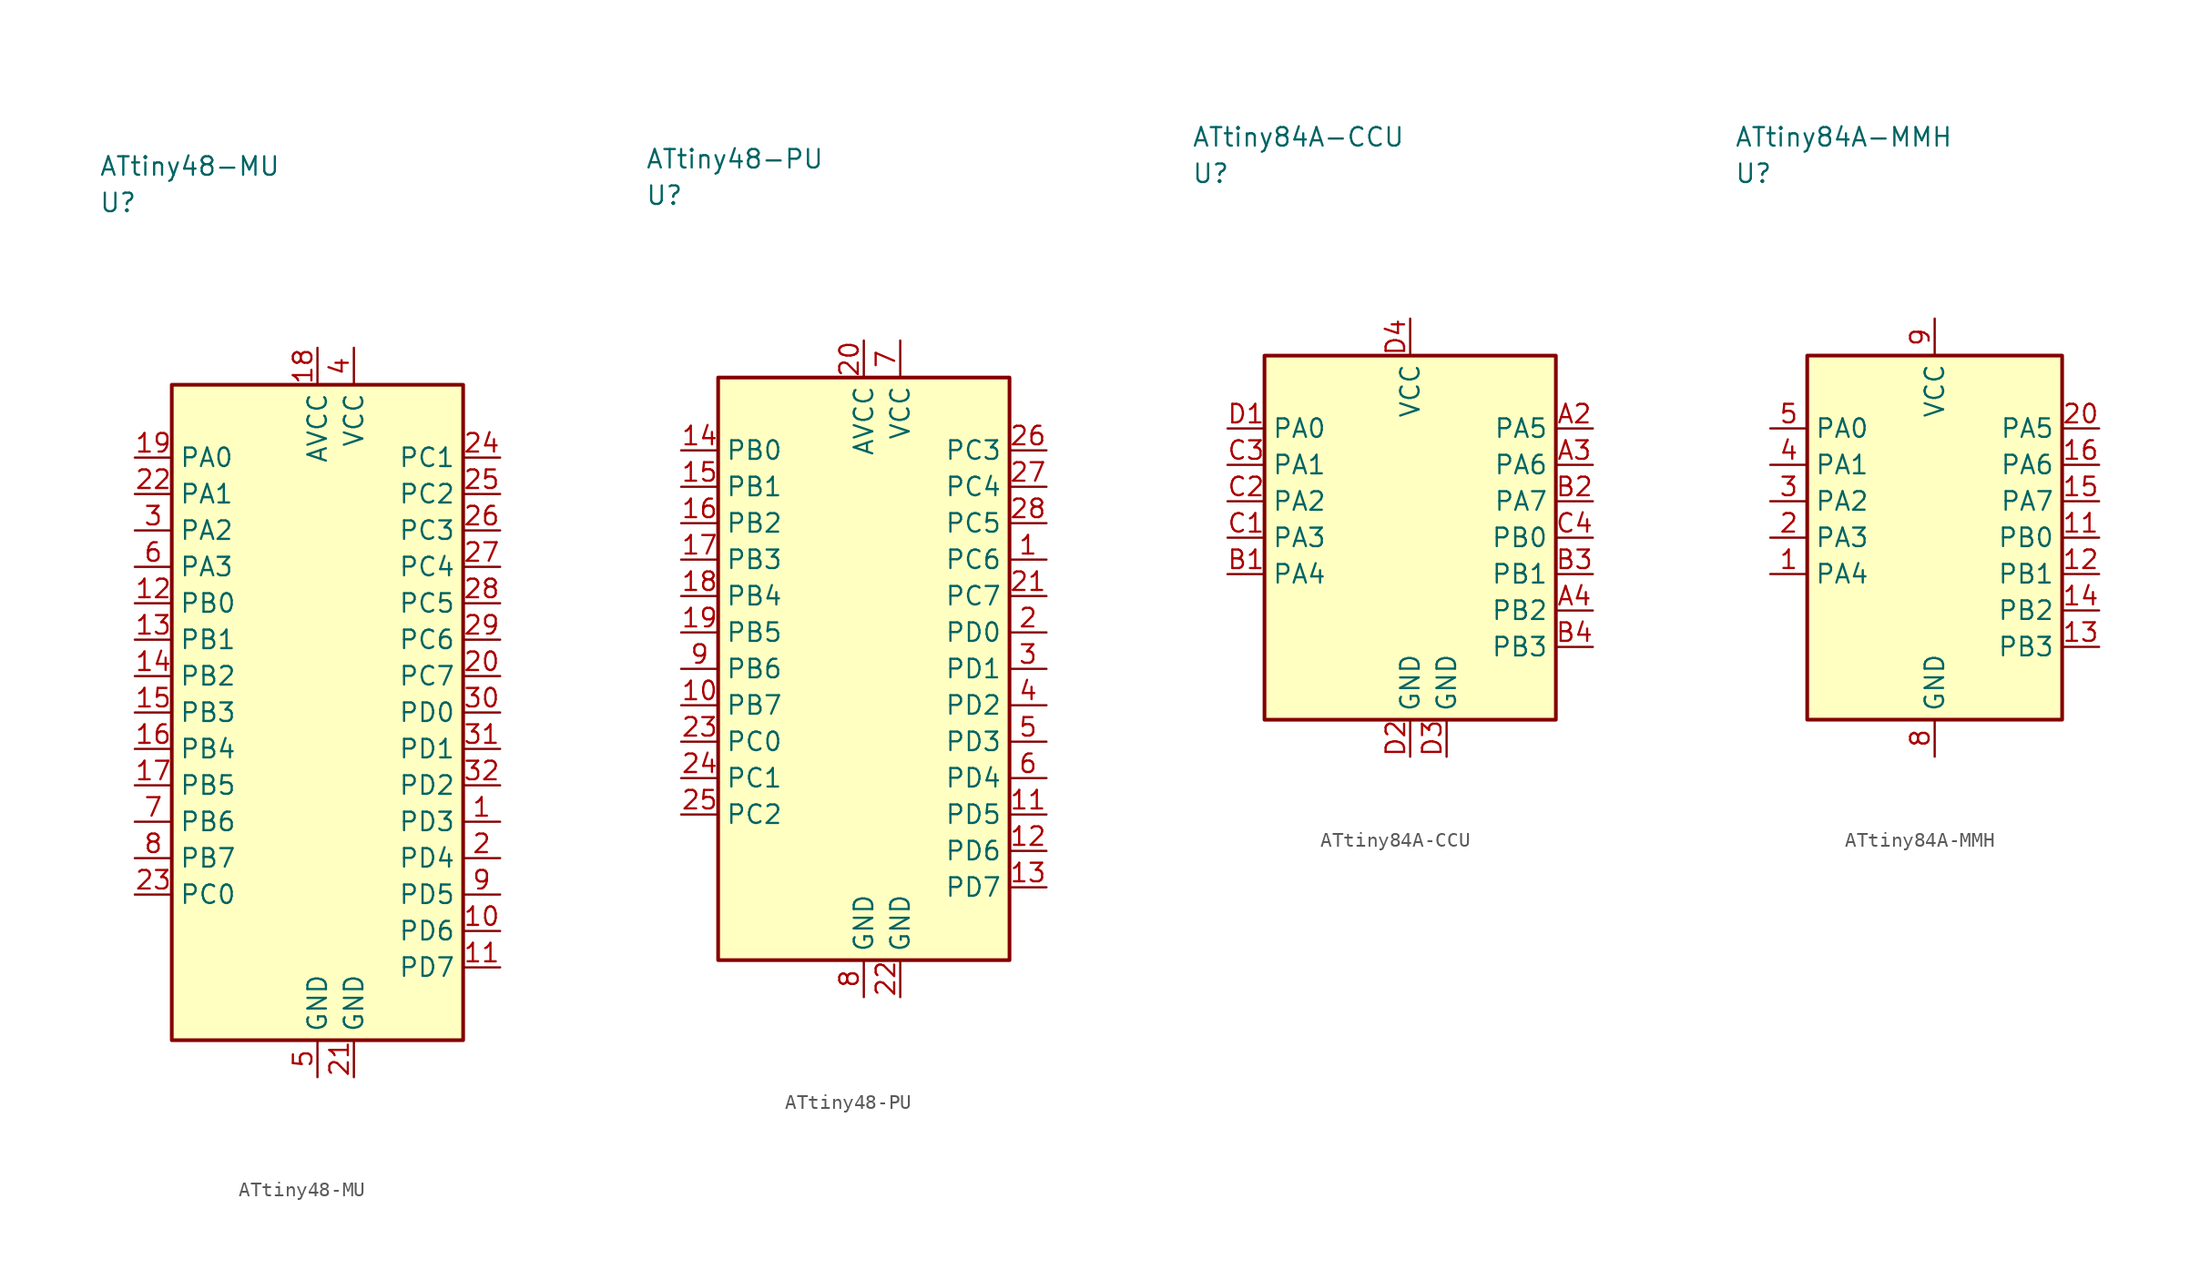
<source format=kicad_sym>
(kicad_symbol_lib
  (version 20241025)
  (generator "kicad_symbol_editor")
  (generator_version "8.0")
  (symbol "ATtiny48-MU"
    (property "Reference" "U"
      (at -15.0 35.0 0)
      (effects (font (size 1.27 1.27)) (justify left)))
    (property "Value" "ATtiny48-MU"
      (at -15.0 37.5 0)
      (effects (font (size 1.27 1.27)) (justify left)))
    (symbol "ATtiny48-MU_0_1"
      (rectangle (start -10.0 22.5) (end 10.0 -22.5) (stroke (width 0.254) (type default)) (fill (type background))))
    (symbol "ATtiny48-MU_1_1"
      (pin bidirectional line (at 12.54 -7.5 180.0) (length 2.54) (name "PD3" (effects (font (size 1.27 1.27)))) (number "1" (effects (font (size 1.27 1.27)))))
      (pin bidirectional line (at 12.54 -10.0 180.0) (length 2.54) (name "PD4" (effects (font (size 1.27 1.27)))) (number "2" (effects (font (size 1.27 1.27)))))
      (pin bidirectional line (at -12.54 12.5 0.0) (length 2.54) (name "PA2" (effects (font (size 1.27 1.27)))) (number "3" (effects (font (size 1.27 1.27)))))
      (pin power_in line (at 2.5 25.04 270.0) (length 2.54) (name "VCC" (effects (font (size 1.27 1.27)))) (number "4" (effects (font (size 1.27 1.27)))))
      (pin passive line (at 0.0 -25.04 90.0) (length 2.54) (name "GND" (effects (font (size 1.27 1.27)))) (number "5" (effects (font (size 1.27 1.27)))))
      (pin bidirectional line (at -12.54 10.0 0.0) (length 2.54) (name "PA3" (effects (font (size 1.27 1.27)))) (number "6" (effects (font (size 1.27 1.27)))))
      (pin bidirectional line (at -12.54 -7.5 0.0) (length 2.54) (name "PB6" (effects (font (size 1.27 1.27)))) (number "7" (effects (font (size 1.27 1.27)))))
      (pin bidirectional line (at -12.54 -10.0 0.0) (length 2.54) (name "PB7" (effects (font (size 1.27 1.27)))) (number "8" (effects (font (size 1.27 1.27)))))
      (pin bidirectional line (at 12.54 -12.5 180.0) (length 2.54) (name "PD5" (effects (font (size 1.27 1.27)))) (number "9" (effects (font (size 1.27 1.27)))))
      (pin bidirectional line (at 12.54 -15.0 180.0) (length 2.54) (name "PD6" (effects (font (size 1.27 1.27)))) (number "10" (effects (font (size 1.27 1.27)))))
      (pin bidirectional line (at 12.54 -17.5 180.0) (length 2.54) (name "PD7" (effects (font (size 1.27 1.27)))) (number "11" (effects (font (size 1.27 1.27)))))
      (pin bidirectional line (at -12.54 7.5 0.0) (length 2.54) (name "PB0" (effects (font (size 1.27 1.27)))) (number "12" (effects (font (size 1.27 1.27)))))
      (pin bidirectional line (at -12.54 5.0 0.0) (length 2.54) (name "PB1" (effects (font (size 1.27 1.27)))) (number "13" (effects (font (size 1.27 1.27)))))
      (pin bidirectional line (at -12.54 2.5 0.0) (length 2.54) (name "PB2" (effects (font (size 1.27 1.27)))) (number "14" (effects (font (size 1.27 1.27)))))
      (pin bidirectional line (at -12.54 0.0 0.0) (length 2.54) (name "PB3" (effects (font (size 1.27 1.27)))) (number "15" (effects (font (size 1.27 1.27)))))
      (pin bidirectional line (at -12.54 -2.5 0.0) (length 2.54) (name "PB4" (effects (font (size 1.27 1.27)))) (number "16" (effects (font (size 1.27 1.27)))))
      (pin bidirectional line (at -12.54 -5.0 0.0) (length 2.54) (name "PB5" (effects (font (size 1.27 1.27)))) (number "17" (effects (font (size 1.27 1.27)))))
      (pin power_in line (at 0.0 25.04 270.0) (length 2.54) (name "AVCC" (effects (font (size 1.27 1.27)))) (number "18" (effects (font (size 1.27 1.27)))))
      (pin bidirectional line (at -12.54 17.5 0.0) (length 2.54) (name "PA0" (effects (font (size 1.27 1.27)))) (number "19" (effects (font (size 1.27 1.27)))))
      (pin bidirectional line (at 12.54 2.5 180.0) (length 2.54) (name "PC7" (effects (font (size 1.27 1.27)))) (number "20" (effects (font (size 1.27 1.27)))))
      (pin passive line (at 2.5 -25.04 90.0) (length 2.54) (name "GND" (effects (font (size 1.27 1.27)))) (number "21" (effects (font (size 1.27 1.27)))))
      (pin bidirectional line (at -12.54 15.0 0.0) (length 2.54) (name "PA1" (effects (font (size 1.27 1.27)))) (number "22" (effects (font (size 1.27 1.27)))))
      (pin bidirectional line (at -12.54 -12.5 0.0) (length 2.54) (name "PC0" (effects (font (size 1.27 1.27)))) (number "23" (effects (font (size 1.27 1.27)))))
      (pin bidirectional line (at 12.54 17.5 180.0) (length 2.54) (name "PC1" (effects (font (size 1.27 1.27)))) (number "24" (effects (font (size 1.27 1.27)))))
      (pin bidirectional line (at 12.54 15.0 180.0) (length 2.54) (name "PC2" (effects (font (size 1.27 1.27)))) (number "25" (effects (font (size 1.27 1.27)))))
      (pin bidirectional line (at 12.54 12.5 180.0) (length 2.54) (name "PC3" (effects (font (size 1.27 1.27)))) (number "26" (effects (font (size 1.27 1.27)))))
      (pin bidirectional line (at 12.54 10.0 180.0) (length 2.54) (name "PC4" (effects (font (size 1.27 1.27)))) (number "27" (effects (font (size 1.27 1.27)))))
      (pin bidirectional line (at 12.54 7.5 180.0) (length 2.54) (name "PC5" (effects (font (size 1.27 1.27)))) (number "28" (effects (font (size 1.27 1.27)))))
      (pin bidirectional line (at 12.54 5.0 180.0) (length 2.54) (name "PC6" (effects (font (size 1.27 1.27)))) (number "29" (effects (font (size 1.27 1.27)))))
      (pin bidirectional line (at 12.54 0.0 180.0) (length 2.54) (name "PD0" (effects (font (size 1.27 1.27)))) (number "30" (effects (font (size 1.27 1.27)))))
      (pin bidirectional line (at 12.54 -2.5 180.0) (length 2.54) (name "PD1" (effects (font (size 1.27 1.27)))) (number "31" (effects (font (size 1.27 1.27)))))
      (pin bidirectional line (at 12.54 -5.0 180.0) (length 2.54) (name "PD2" (effects (font (size 1.27 1.27)))) (number "32" (effects (font (size 1.27 1.27)))))))
  (symbol "ATtiny48-PU"
    (property "Reference" "U"
      (at -15.0 32.5 0)
      (effects (font (size 1.27 1.27)) (justify left)))
    (property "Value" "ATtiny48-PU"
      (at -15.0 35.0 0)
      (effects (font (size 1.27 1.27)) (justify left)))
    (symbol "ATtiny48-PU_0_1"
      (rectangle (start -10.0 20.0) (end 10.0 -20.0) (stroke (width 0.254) (type default)) (fill (type background))))
    (symbol "ATtiny48-PU_1_1"
      (pin bidirectional line (at 12.54 7.5 180.0) (length 2.54) (name "PC6" (effects (font (size 1.27 1.27)))) (number "1" (effects (font (size 1.27 1.27)))))
      (pin bidirectional line (at 12.54 2.5 180.0) (length 2.54) (name "PD0" (effects (font (size 1.27 1.27)))) (number "2" (effects (font (size 1.27 1.27)))))
      (pin bidirectional line (at 12.54 0.0 180.0) (length 2.54) (name "PD1" (effects (font (size 1.27 1.27)))) (number "3" (effects (font (size 1.27 1.27)))))
      (pin bidirectional line (at 12.54 -2.5 180.0) (length 2.54) (name "PD2" (effects (font (size 1.27 1.27)))) (number "4" (effects (font (size 1.27 1.27)))))
      (pin bidirectional line (at 12.54 -5.0 180.0) (length 2.54) (name "PD3" (effects (font (size 1.27 1.27)))) (number "5" (effects (font (size 1.27 1.27)))))
      (pin bidirectional line (at 12.54 -7.5 180.0) (length 2.54) (name "PD4" (effects (font (size 1.27 1.27)))) (number "6" (effects (font (size 1.27 1.27)))))
      (pin power_in line (at 2.5 22.54 270.0) (length 2.54) (name "VCC" (effects (font (size 1.27 1.27)))) (number "7" (effects (font (size 1.27 1.27)))))
      (pin passive line (at 0.0 -22.54 90.0) (length 2.54) (name "GND" (effects (font (size 1.27 1.27)))) (number "8" (effects (font (size 1.27 1.27)))))
      (pin bidirectional line (at -12.54 0.0 0.0) (length 2.54) (name "PB6" (effects (font (size 1.27 1.27)))) (number "9" (effects (font (size 1.27 1.27)))))
      (pin bidirectional line (at -12.54 -2.5 0.0) (length 2.54) (name "PB7" (effects (font (size 1.27 1.27)))) (number "10" (effects (font (size 1.27 1.27)))))
      (pin bidirectional line (at 12.54 -10.0 180.0) (length 2.54) (name "PD5" (effects (font (size 1.27 1.27)))) (number "11" (effects (font (size 1.27 1.27)))))
      (pin bidirectional line (at 12.54 -12.5 180.0) (length 2.54) (name "PD6" (effects (font (size 1.27 1.27)))) (number "12" (effects (font (size 1.27 1.27)))))
      (pin bidirectional line (at 12.54 -15.0 180.0) (length 2.54) (name "PD7" (effects (font (size 1.27 1.27)))) (number "13" (effects (font (size 1.27 1.27)))))
      (pin bidirectional line (at -12.54 15.0 0.0) (length 2.54) (name "PB0" (effects (font (size 1.27 1.27)))) (number "14" (effects (font (size 1.27 1.27)))))
      (pin bidirectional line (at -12.54 12.5 0.0) (length 2.54) (name "PB1" (effects (font (size 1.27 1.27)))) (number "15" (effects (font (size 1.27 1.27)))))
      (pin bidirectional line (at -12.54 10.0 0.0) (length 2.54) (name "PB2" (effects (font (size 1.27 1.27)))) (number "16" (effects (font (size 1.27 1.27)))))
      (pin bidirectional line (at -12.54 7.5 0.0) (length 2.54) (name "PB3" (effects (font (size 1.27 1.27)))) (number "17" (effects (font (size 1.27 1.27)))))
      (pin bidirectional line (at -12.54 5.0 0.0) (length 2.54) (name "PB4" (effects (font (size 1.27 1.27)))) (number "18" (effects (font (size 1.27 1.27)))))
      (pin bidirectional line (at -12.54 2.5 0.0) (length 2.54) (name "PB5" (effects (font (size 1.27 1.27)))) (number "19" (effects (font (size 1.27 1.27)))))
      (pin power_in line (at 0.0 22.54 270.0) (length 2.54) (name "AVCC" (effects (font (size 1.27 1.27)))) (number "20" (effects (font (size 1.27 1.27)))))
      (pin bidirectional line (at 12.54 5.0 180.0) (length 2.54) (name "PC7" (effects (font (size 1.27 1.27)))) (number "21" (effects (font (size 1.27 1.27)))))
      (pin passive line (at 2.5 -22.54 90.0) (length 2.54) (name "GND" (effects (font (size 1.27 1.27)))) (number "22" (effects (font (size 1.27 1.27)))))
      (pin bidirectional line (at -12.54 -5.0 0.0) (length 2.54) (name "PC0" (effects (font (size 1.27 1.27)))) (number "23" (effects (font (size 1.27 1.27)))))
      (pin bidirectional line (at -12.54 -7.5 0.0) (length 2.54) (name "PC1" (effects (font (size 1.27 1.27)))) (number "24" (effects (font (size 1.27 1.27)))))
      (pin bidirectional line (at -12.54 -10.0 0.0) (length 2.54) (name "PC2" (effects (font (size 1.27 1.27)))) (number "25" (effects (font (size 1.27 1.27)))))
      (pin bidirectional line (at 12.54 15.0 180.0) (length 2.54) (name "PC3" (effects (font (size 1.27 1.27)))) (number "26" (effects (font (size 1.27 1.27)))))
      (pin bidirectional line (at 12.54 12.5 180.0) (length 2.54) (name "PC4" (effects (font (size 1.27 1.27)))) (number "27" (effects (font (size 1.27 1.27)))))
      (pin bidirectional line (at 12.54 10.0 180.0) (length 2.54) (name "PC5" (effects (font (size 1.27 1.27)))) (number "28" (effects (font (size 1.27 1.27)))))))
  (symbol "ATtiny84A-CCU"
    (property "Reference" "U"
      (at -15.0 25.0 0)
      (effects (font (size 1.27 1.27)) (justify left)))
    (property "Value" "ATtiny84A-CCU"
      (at -15.0 27.5 0)
      (effects (font (size 1.27 1.27)) (justify left)))
    (symbol "ATtiny84A-CCU_0_1"
      (rectangle (start -10.0 12.5) (end 10.0 -12.5) (stroke (width 0.254) (type default)) (fill (type background))))
    (symbol "ATtiny84A-CCU_1_1"
      (pin bidirectional line (at 12.54 7.5 180.0) (length 2.54) (name "PA5" (effects (font (size 1.27 1.27)))) (number "A2" (effects (font (size 1.27 1.27)))))
      (pin bidirectional line (at 12.54 5.0 180.0) (length 2.54) (name "PA6" (effects (font (size 1.27 1.27)))) (number "A3" (effects (font (size 1.27 1.27)))))
      (pin bidirectional line (at 12.54 -5.0 180.0) (length 2.54) (name "PB2" (effects (font (size 1.27 1.27)))) (number "A4" (effects (font (size 1.27 1.27)))))
      (pin bidirectional line (at -12.54 -2.5 0.0) (length 2.54) (name "PA4" (effects (font (size 1.27 1.27)))) (number "B1" (effects (font (size 1.27 1.27)))))
      (pin bidirectional line (at 12.54 2.5 180.0) (length 2.54) (name "PA7" (effects (font (size 1.27 1.27)))) (number "B2" (effects (font (size 1.27 1.27)))))
      (pin bidirectional line (at 12.54 -2.5 180.0) (length 2.54) (name "PB1" (effects (font (size 1.27 1.27)))) (number "B3" (effects (font (size 1.27 1.27)))))
      (pin bidirectional line (at 12.54 -7.5 180.0) (length 2.54) (name "PB3" (effects (font (size 1.27 1.27)))) (number "B4" (effects (font (size 1.27 1.27)))))
      (pin bidirectional line (at -12.54 0.0 0.0) (length 2.54) (name "PA3" (effects (font (size 1.27 1.27)))) (number "C1" (effects (font (size 1.27 1.27)))))
      (pin bidirectional line (at -12.54 2.5 0.0) (length 2.54) (name "PA2" (effects (font (size 1.27 1.27)))) (number "C2" (effects (font (size 1.27 1.27)))))
      (pin bidirectional line (at -12.54 5.0 0.0) (length 2.54) (name "PA1" (effects (font (size 1.27 1.27)))) (number "C3" (effects (font (size 1.27 1.27)))))
      (pin bidirectional line (at 12.54 0.0 180.0) (length 2.54) (name "PB0" (effects (font (size 1.27 1.27)))) (number "C4" (effects (font (size 1.27 1.27)))))
      (pin bidirectional line (at -12.54 7.5 0.0) (length 2.54) (name "PA0" (effects (font (size 1.27 1.27)))) (number "D1" (effects (font (size 1.27 1.27)))))
      (pin passive line (at 0.0 -15.04 90.0) (length 2.54) (name "GND" (effects (font (size 1.27 1.27)))) (number "D2" (effects (font (size 1.27 1.27)))))
      (pin passive line (at 2.5 -15.04 90.0) (length 2.54) (name "GND" (effects (font (size 1.27 1.27)))) (number "D3" (effects (font (size 1.27 1.27)))))
      (pin power_in line (at 0.0 15.04 270.0) (length 2.54) (name "VCC" (effects (font (size 1.27 1.27)))) (number "D4" (effects (font (size 1.27 1.27)))))))
  (symbol "ATtiny84A-MMH"
    (property "Reference" "U"
      (at -13.75 25.0 0)
      (effects (font (size 1.27 1.27)) (justify left)))
    (property "Value" "ATtiny84A-MMH"
      (at -13.75 27.5 0)
      (effects (font (size 1.27 1.27)) (justify left)))
    (symbol "ATtiny84A-MMH_0_1"
      (rectangle (start -8.75 12.5) (end 8.75 -12.5) (stroke (width 0.254) (type default)) (fill (type background))))
    (symbol "ATtiny84A-MMH_1_1"
      (pin bidirectional line (at -11.29 -2.5 0.0) (length 2.54) (name "PA4" (effects (font (size 1.27 1.27)))) (number "1" (effects (font (size 1.27 1.27)))))
      (pin bidirectional line (at -11.29 0.0 0.0) (length 2.54) (name "PA3" (effects (font (size 1.27 1.27)))) (number "2" (effects (font (size 1.27 1.27)))))
      (pin bidirectional line (at -11.29 2.5 0.0) (length 2.54) (name "PA2" (effects (font (size 1.27 1.27)))) (number "3" (effects (font (size 1.27 1.27)))))
      (pin bidirectional line (at -11.29 5.0 0.0) (length 2.54) (name "PA1" (effects (font (size 1.27 1.27)))) (number "4" (effects (font (size 1.27 1.27)))))
      (pin bidirectional line (at -11.29 7.5 0.0) (length 2.54) (name "PA0" (effects (font (size 1.27 1.27)))) (number "5" (effects (font (size 1.27 1.27)))))
      (pin passive line (at 0.0 -15.04 90.0) (length 2.54) (name "GND" (effects (font (size 1.27 1.27)))) (number "8" (effects (font (size 1.27 1.27)))))
      (pin power_in line (at 0.0 15.04 270.0) (length 2.54) (name "VCC" (effects (font (size 1.27 1.27)))) (number "9" (effects (font (size 1.27 1.27)))))
      (pin bidirectional line (at 11.29 0.0 180.0) (length 2.54) (name "PB0" (effects (font (size 1.27 1.27)))) (number "11" (effects (font (size 1.27 1.27)))))
      (pin bidirectional line (at 11.29 -2.5 180.0) (length 2.54) (name "PB1" (effects (font (size 1.27 1.27)))) (number "12" (effects (font (size 1.27 1.27)))))
      (pin bidirectional line (at 11.29 -7.5 180.0) (length 2.54) (name "PB3" (effects (font (size 1.27 1.27)))) (number "13" (effects (font (size 1.27 1.27)))))
      (pin bidirectional line (at 11.29 -5.0 180.0) (length 2.54) (name "PB2" (effects (font (size 1.27 1.27)))) (number "14" (effects (font (size 1.27 1.27)))))
      (pin bidirectional line (at 11.29 2.5 180.0) (length 2.54) (name "PA7" (effects (font (size 1.27 1.27)))) (number "15" (effects (font (size 1.27 1.27)))))
      (pin bidirectional line (at 11.29 5.0 180.0) (length 2.54) (name "PA6" (effects (font (size 1.27 1.27)))) (number "16" (effects (font (size 1.27 1.27)))))
      (pin bidirectional line (at 11.29 7.5 180.0) (length 2.54) (name "PA5" (effects (font (size 1.27 1.27)))) (number "20" (effects (font (size 1.27 1.27))))))))
</source>
